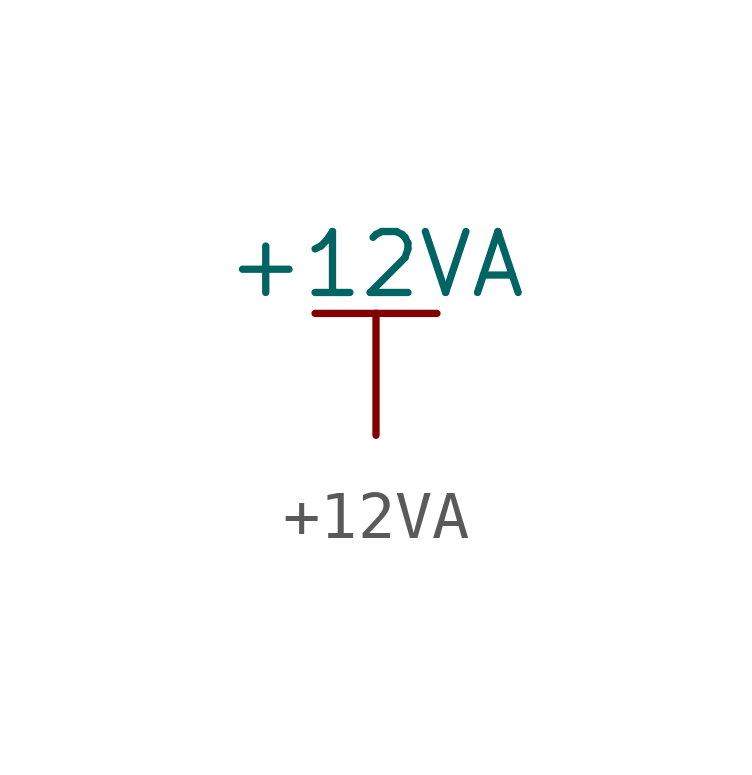
<source format=kicad_sym>
(kicad_symbol_lib
  (version 20211014)
  (generator kicad_symbol_editor)
  (symbol "+12VA"
    (power)
    (pin_names
      (offset 0))
    (property "Reference" "#PWR"
      (at 0 -3.81 0)
      (effects (font (size 1.27 1.27)) hide))
    (property "Value" "+12VA"
      (at 0 3.556 0)
      (effects (font (size 1.27 1.27))))
    (property "Footprint" ""
      (at 0 0 0)
      (effects (font (size 1.27 1.27))))
    (property "Datasheet" ""
      (at 0 0 0)
      (effects (font (size 1.27 1.27))))
    (symbol "+12VA_0_1"
      (polyline (pts (xy -1.27 2.54) (xy 0 2.54)) (stroke (width 0) (type default) (color 0 0 0 0)) (fill (type none)))
      (polyline (pts (xy 0 0) (xy 0 2.54)) (stroke (width 0) (type default) (color 0 0 0 0)) (fill (type none)))
      (polyline (pts (xy 0 2.54) (xy 1.27 2.54)) (stroke (width 0) (type default) (color 0 0 0 0)) (fill (type none))))
    (symbol "+12VA_1_1"
      (pin power_in line (at 0 0 90) (length 0) hide (name "+12VA" (effects (font (size 1.27 1.27)))) (number "1" (effects (font (size 1.27 1.27))))))))
</source>
